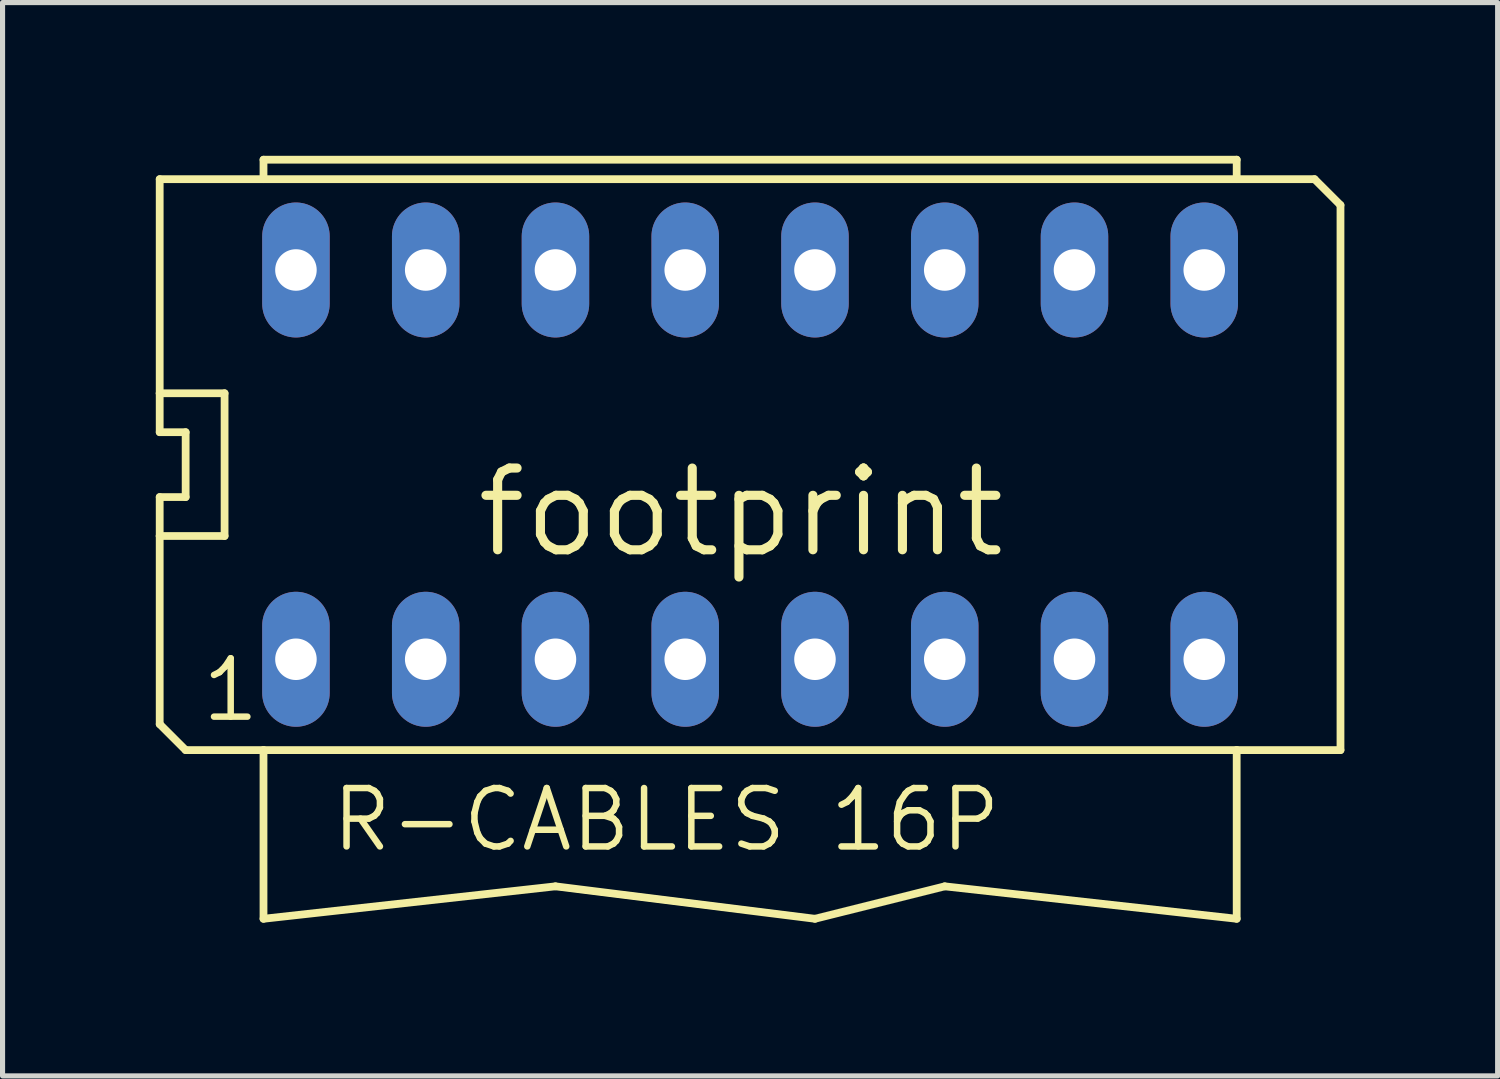
<source format=kicad_pcb>
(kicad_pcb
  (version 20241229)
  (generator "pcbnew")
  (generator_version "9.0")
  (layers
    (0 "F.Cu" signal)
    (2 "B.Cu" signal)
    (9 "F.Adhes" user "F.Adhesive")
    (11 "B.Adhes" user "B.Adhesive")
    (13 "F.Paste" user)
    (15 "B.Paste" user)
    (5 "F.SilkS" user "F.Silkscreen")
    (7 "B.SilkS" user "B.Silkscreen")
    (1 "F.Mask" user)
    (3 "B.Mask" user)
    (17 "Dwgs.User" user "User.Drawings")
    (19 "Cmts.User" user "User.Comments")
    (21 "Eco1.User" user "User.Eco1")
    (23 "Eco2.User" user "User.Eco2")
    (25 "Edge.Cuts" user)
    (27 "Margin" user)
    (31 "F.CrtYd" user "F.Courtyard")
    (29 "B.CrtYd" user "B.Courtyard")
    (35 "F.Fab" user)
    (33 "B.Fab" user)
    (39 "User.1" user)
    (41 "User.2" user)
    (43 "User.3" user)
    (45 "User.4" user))
  (footprint "footprint"
    (layer "F.Cu")
    (at 11.633 6.045)
    (property "Reference" "footprint" (at 5.08 0 0) (layer "F.SilkS") (effects (font (size 1.6 1.6) (thickness 0.178)) (justify right top)))
    (fp_line (start -11.557 -1.397) (end -11.557 -5.588) (stroke (width 0.152) (type solid)) (layer "F.SilkS"))
    (fp_line (start -11.557 -0.635) (end -11.557 -1.397) (stroke (width 0.152) (type solid)) (layer "F.SilkS"))
    (fp_line (start -11.557 0.635) (end -11.049 0.635) (stroke (width 0.152) (type solid)) (layer "F.SilkS"))
    (fp_line (start -11.557 1.397) (end -11.557 0.635) (stroke (width 0.152) (type solid)) (layer "F.SilkS"))
    (fp_line (start -11.557 1.397) (end -10.287 1.397) (stroke (width 0.152) (type solid)) (layer "F.SilkS"))
    (fp_line (start -11.557 5.08) (end -11.557 1.397) (stroke (width 0.152) (type solid)) (layer "F.SilkS"))
    (fp_line (start -11.049 -0.635) (end -11.557 -0.635) (stroke (width 0.152) (type solid)) (layer "F.SilkS"))
    (fp_line (start -11.049 -0.635) (end -11.049 0.635) (stroke (width 0.152) (type solid)) (layer "F.SilkS"))
    (fp_line (start -11.049 5.588) (end -11.557 5.08) (stroke (width 0.152) (type solid)) (layer "F.SilkS"))
    (fp_line (start -11.049 5.588) (end -9.525 5.588) (stroke (width 0.152) (type solid)) (layer "F.SilkS"))
    (fp_line (start -10.287 -1.397) (end -11.557 -1.397) (stroke (width 0.152) (type solid)) (layer "F.SilkS"))
    (fp_line (start -10.287 -1.397) (end -10.287 1.397) (stroke (width 0.152) (type solid)) (layer "F.SilkS"))
    (fp_line (start -9.525 -5.969) (end 9.525 -5.969) (stroke (width 0.152) (type solid)) (layer "F.SilkS"))
    (fp_line (start -9.525 -5.588) (end -11.557 -5.588) (stroke (width 0.152) (type solid)) (layer "F.SilkS"))
    (fp_line (start -9.525 -5.588) (end -9.525 -5.969) (stroke (width 0.152) (type solid)) (layer "F.SilkS"))
    (fp_line (start -9.525 5.588) (end -9.525 8.89) (stroke (width 0.152) (type solid)) (layer "F.SilkS"))
    (fp_line (start -9.525 5.588) (end 9.525 5.588) (stroke (width 0.152) (type solid)) (layer "F.SilkS"))
    (fp_line (start -9.525 8.89) (end -3.81 8.255) (stroke (width 0.152) (type solid)) (layer "F.SilkS"))
    (fp_line (start -3.81 8.255) (end 1.27 8.89) (stroke (width 0.152) (type solid)) (layer "F.SilkS"))
    (fp_line (start 1.27 8.89) (end 3.81 8.255) (stroke (width 0.152) (type solid)) (layer "F.SilkS"))
    (fp_line (start 3.81 8.255) (end 9.525 8.89) (stroke (width 0.152) (type solid)) (layer "F.SilkS"))
    (fp_line (start 9.525 -5.969) (end 9.525 -5.588) (stroke (width 0.152) (type solid)) (layer "F.SilkS"))
    (fp_line (start 9.525 -5.588) (end -9.525 -5.588) (stroke (width 0.152) (type solid)) (layer "F.SilkS"))
    (fp_line (start 9.525 5.588) (end 11.557 5.588) (stroke (width 0.152) (type solid)) (layer "F.SilkS"))
    (fp_line (start 9.525 8.89) (end 9.525 5.588) (stroke (width 0.152) (type solid)) (layer "F.SilkS"))
    (fp_line (start 11.049 -5.588) (end 9.525 -5.588) (stroke (width 0.152) (type solid)) (layer "F.SilkS"))
    (fp_line (start 11.557 -5.08) (end 11.049 -5.588) (stroke (width 0.152) (type solid)) (layer "F.SilkS"))
    (fp_line (start 11.557 5.588) (end 11.557 -5.08) (stroke (width 0.152) (type solid)) (layer "F.SilkS"))
    (fp_text user "R-CABLES 16P" (at -8.255 7.62 0) (layer "F.SilkS") (effects (font (size 1.143 1.143) (thickness 0.127)) (justify left bottom)))
    (fp_text user "1" (at -10.795 5.08 0) (layer "F.SilkS") (effects (font (size 1.143 1.143) (thickness 0.127)) (justify left bottom)))
    (pad "1" thru_hole oval (at -8.89 3.81 90) (size 2.642 1.321) (drill 0.813) (layers "*.Cu" "*.Mask"))
    (pad "2" thru_hole oval (at -6.35 3.81 90) (size 2.642 1.321) (drill 0.813) (layers "*.Cu" "*.Mask"))
    (pad "3" thru_hole oval (at -3.81 3.81 90) (size 2.642 1.321) (drill 0.813) (layers "*.Cu" "*.Mask"))
    (pad "4" thru_hole oval (at -1.27 3.81 90) (size 2.642 1.321) (drill 0.813) (layers "*.Cu" "*.Mask"))
    (pad "5" thru_hole oval (at 1.27 3.81 90) (size 2.642 1.321) (drill 0.813) (layers "*.Cu" "*.Mask"))
    (pad "6" thru_hole oval (at 3.81 3.81 90) (size 2.642 1.321) (drill 0.813) (layers "*.Cu" "*.Mask"))
    (pad "7" thru_hole oval (at 6.35 3.81 90) (size 2.642 1.321) (drill 0.813) (layers "*.Cu" "*.Mask"))
    (pad "8" thru_hole oval (at 8.89 3.81 90) (size 2.642 1.321) (drill 0.813) (layers "*.Cu" "*.Mask"))
    (pad "9" thru_hole oval (at 8.89 -3.81 90) (size 2.642 1.321) (drill 0.813) (layers "*.Cu" "*.Mask"))
    (pad "10" thru_hole oval (at 6.35 -3.81 90) (size 2.642 1.321) (drill 0.813) (layers "*.Cu" "*.Mask"))
    (pad "11" thru_hole oval (at 3.81 -3.81 90) (size 2.642 1.321) (drill 0.813) (layers "*.Cu" "*.Mask"))
    (pad "12" thru_hole oval (at 1.27 -3.81 90) (size 2.642 1.321) (drill 0.813) (layers "*.Cu" "*.Mask"))
    (pad "13" thru_hole oval (at -1.27 -3.81 90) (size 2.642 1.321) (drill 0.813) (layers "*.Cu" "*.Mask"))
    (pad "14" thru_hole oval (at -3.81 -3.81 90) (size 2.642 1.321) (drill 0.813) (layers "*.Cu" "*.Mask"))
    (pad "15" thru_hole oval (at -6.35 -3.81 90) (size 2.642 1.321) (drill 0.813) (layers "*.Cu" "*.Mask"))
    (pad "16" thru_hole oval (at -8.89 -3.81 90) (size 2.642 1.321) (drill 0.813) (layers "*.Cu" "*.Mask")))
  (gr_rect
    (start -3 -3)
    (end 26.266 18.011)
    (stroke (width 0.1) (type default))
    (fill no)
    (layer "Edge.Cuts")))
</source>
